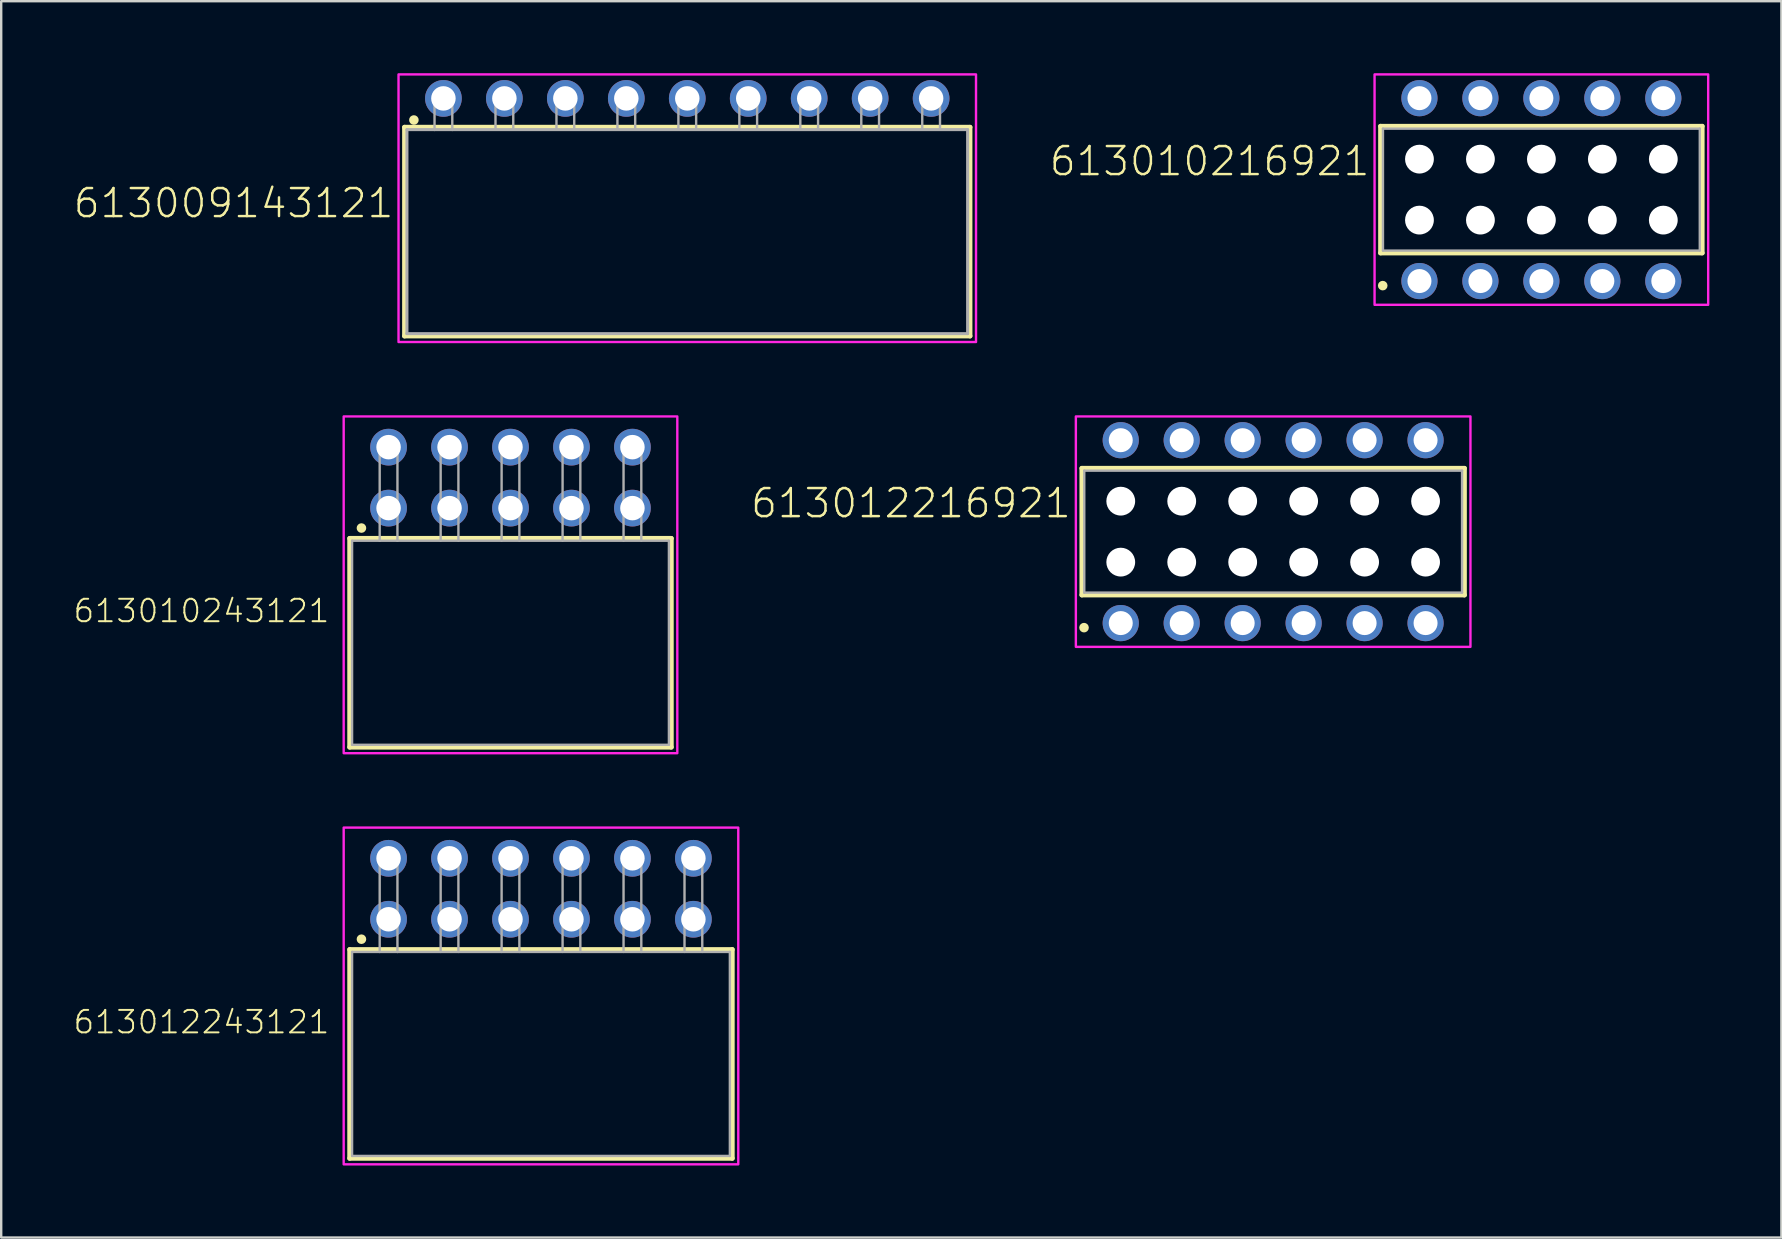
<source format=kicad_pcb>
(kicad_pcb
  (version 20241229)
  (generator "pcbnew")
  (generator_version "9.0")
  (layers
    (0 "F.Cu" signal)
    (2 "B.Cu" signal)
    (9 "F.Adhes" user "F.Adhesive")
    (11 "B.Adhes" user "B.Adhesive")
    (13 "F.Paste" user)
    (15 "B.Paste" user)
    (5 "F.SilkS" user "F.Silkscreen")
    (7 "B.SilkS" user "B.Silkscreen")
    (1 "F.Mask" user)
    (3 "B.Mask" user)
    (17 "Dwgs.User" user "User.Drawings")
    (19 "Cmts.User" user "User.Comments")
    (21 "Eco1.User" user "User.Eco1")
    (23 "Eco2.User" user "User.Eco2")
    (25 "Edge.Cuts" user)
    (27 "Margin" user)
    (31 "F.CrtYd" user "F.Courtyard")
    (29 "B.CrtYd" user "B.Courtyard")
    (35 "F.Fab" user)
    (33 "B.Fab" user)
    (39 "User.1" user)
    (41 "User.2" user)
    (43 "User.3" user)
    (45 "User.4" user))
  (footprint "613012243121"
    (layer "F.Cu")
    (at 19.489 40.86)
    (property "Reference" "613012243121" (at -8.75 -0.78 0) (unlocked yes) (layer "F.SilkS") (effects (font (size 0.935 0.935) (thickness 0.081)) (justify right bottom)))
    (fp_line (start -7.97 -4.35) (end 7.97 -4.35) (stroke (width 0.2) (type solid)) (layer "F.SilkS"))
    (fp_line (start -7.97 4.35) (end -7.97 -4.35) (stroke (width 0.2) (type solid)) (layer "F.SilkS"))
    (fp_line (start 7.97 -4.35) (end 7.97 4.35) (stroke (width 0.2) (type solid)) (layer "F.SilkS"))
    (fp_line (start 7.97 4.35) (end -7.97 4.35) (stroke (width 0.2) (type solid)) (layer "F.SilkS"))
    (fp_circle (center -7.48 -4.78) (end -7.38 -4.78) (stroke (width 0.2) (type solid)) (fill no) (layer "F.SilkS"))
    (fp_poly (pts (xy 8.22 4.6) (xy -8.22 4.6) (xy -8.22 -9.43) (xy 8.22 -9.43)) (stroke (width 0.1) (type default)) (fill no) (layer "F.CrtYd"))
    (fp_line (start -7.87 -4.25) (end -7.87 4.25) (stroke (width 0.1) (type solid)) (layer "F.Fab"))
    (fp_line (start -6.72 -8.35) (end -5.98 -8.35) (stroke (width 0.1) (type solid)) (layer "F.Fab"))
    (fp_line (start -6.72 -4.25) (end -7.87 -4.25) (stroke (width 0.1) (type solid)) (layer "F.Fab"))
    (fp_line (start -6.72 -4.25) (end -6.72 -8.35) (stroke (width 0.1) (type solid)) (layer "F.Fab"))
    (fp_line (start -5.98 -8.35) (end -5.98 -4.25) (stroke (width 0.1) (type solid)) (layer "F.Fab"))
    (fp_line (start -5.98 -4.25) (end -6.72 -4.25) (stroke (width 0.1) (type solid)) (layer "F.Fab"))
    (fp_line (start -4.18 -8.35) (end -3.44 -8.35) (stroke (width 0.1) (type solid)) (layer "F.Fab"))
    (fp_line (start -4.18 -4.25) (end -4.18 -8.35) (stroke (width 0.1) (type solid)) (layer "F.Fab"))
    (fp_line (start -3.44 -8.35) (end -3.44 -4.25) (stroke (width 0.1) (type solid)) (layer "F.Fab"))
    (fp_line (start -1.64 -8.35) (end -0.9 -8.35) (stroke (width 0.1) (type solid)) (layer "F.Fab"))
    (fp_line (start -1.64 -4.25) (end -1.64 -8.35) (stroke (width 0.1) (type solid)) (layer "F.Fab"))
    (fp_line (start -0.9 -8.35) (end -0.9 -4.25) (stroke (width 0.1) (type solid)) (layer "F.Fab"))
    (fp_line (start 0.9 -8.35) (end 1.64 -8.35) (stroke (width 0.1) (type solid)) (layer "F.Fab"))
    (fp_line (start 0.9 -4.25) (end 0.9 -8.35) (stroke (width 0.1) (type solid)) (layer "F.Fab"))
    (fp_line (start 1.64 -8.35) (end 1.64 -4.25) (stroke (width 0.1) (type solid)) (layer "F.Fab"))
    (fp_line (start 3.44 -8.35) (end 4.18 -8.35) (stroke (width 0.1) (type solid)) (layer "F.Fab"))
    (fp_line (start 3.44 -4.25) (end 3.44 -8.35) (stroke (width 0.1) (type solid)) (layer "F.Fab"))
    (fp_line (start 4.18 -8.35) (end 4.18 -4.25) (stroke (width 0.1) (type solid)) (layer "F.Fab"))
    (fp_line (start 5.98 -8.35) (end 6.72 -8.35) (stroke (width 0.1) (type solid)) (layer "F.Fab"))
    (fp_line (start 5.98 -4.25) (end 5.98 -8.35) (stroke (width 0.1) (type solid)) (layer "F.Fab"))
    (fp_line (start 6.72 -8.35) (end 6.72 -4.25) (stroke (width 0.1) (type solid)) (layer "F.Fab"))
    (fp_line (start 7.87 -4.25) (end -5.98 -4.25) (stroke (width 0.1) (type solid)) (layer "F.Fab"))
    (fp_line (start 7.87 4.25) (end -7.87 4.25) (stroke (width 0.1) (type solid)) (layer "F.Fab"))
    (fp_line (start 7.87 4.25) (end 7.87 -4.25) (stroke (width 0.1) (type solid)) (layer "F.Fab"))
    (pad "1" thru_hole circle (at -6.35 -5.61 180) (size 1.53 1.53) (drill 1.02) (layers "*.Cu" "*.Mask"))
    (pad "2" thru_hole circle (at -6.35 -8.15 180) (size 1.53 1.53) (drill 1.02) (layers "*.Cu" "*.Mask"))
    (pad "3" thru_hole circle (at -3.81 -5.61 180) (size 1.53 1.53) (drill 1.02) (layers "*.Cu" "*.Mask"))
    (pad "4" thru_hole circle (at -3.81 -8.15 180) (size 1.53 1.53) (drill 1.02) (layers "*.Cu" "*.Mask"))
    (pad "5" thru_hole circle (at -1.27 -5.61 180) (size 1.53 1.53) (drill 1.02) (layers "*.Cu" "*.Mask"))
    (pad "6" thru_hole circle (at -1.27 -8.15 180) (size 1.53 1.53) (drill 1.02) (layers "*.Cu" "*.Mask"))
    (pad "7" thru_hole circle (at 1.27 -5.61 180) (size 1.53 1.53) (drill 1.02) (layers "*.Cu" "*.Mask"))
    (pad "8" thru_hole circle (at 1.27 -8.15 180) (size 1.53 1.53) (drill 1.02) (layers "*.Cu" "*.Mask"))
    (pad "9" thru_hole circle (at 3.81 -5.61 180) (size 1.53 1.53) (drill 1.02) (layers "*.Cu" "*.Mask"))
    (pad "10" thru_hole circle (at 3.81 -8.15 180) (size 1.53 1.53) (drill 1.02) (layers "*.Cu" "*.Mask"))
    (pad "11" thru_hole circle (at 6.35 -5.61 180) (size 1.53 1.53) (drill 1.02) (layers "*.Cu" "*.Mask"))
    (pad "12" thru_hole circle (at 6.35 -8.15 180) (size 1.53 1.53) (drill 1.02) (layers "*.Cu" "*.Mask")))
  (footprint "613010216921"
    (layer "F.Cu")
    (at 61.169 4.85)
    (property "Reference" "613010216921" (at -7.08 -0.5 0) (unlocked yes) (layer "F.SilkS") (effects (font (size 1.168 1.168) (thickness 0.102)) (justify right bottom)))
    (fp_line (start -6.7 -2.64) (end 6.7 -2.64) (stroke (width 0.2) (type solid)) (layer "F.SilkS"))
    (fp_line (start -6.7 2.64) (end -6.7 -2.64) (stroke (width 0.2) (type solid)) (layer "F.SilkS"))
    (fp_line (start 6.7 -2.64) (end 6.7 2.64) (stroke (width 0.2) (type solid)) (layer "F.SilkS"))
    (fp_line (start 6.7 2.64) (end -6.7 2.64) (stroke (width 0.2) (type solid)) (layer "F.SilkS"))
    (fp_circle (center -6.61 4) (end -6.51 4) (stroke (width 0.2) (type solid)) (fill no) (layer "F.SilkS"))
    (fp_poly (pts (xy 6.95 4.8) (xy -6.95 4.8) (xy -6.95 -4.8) (xy 6.95 -4.8)) (stroke (width 0.1) (type default)) (fill no) (layer "F.CrtYd"))
    (fp_line (start -6.6 -2.54) (end -6.6 2.54) (stroke (width 0.1) (type solid)) (layer "F.Fab"))
    (fp_line (start -6.6 2.54) (end 6.6 2.54) (stroke (width 0.1) (type solid)) (layer "F.Fab"))
    (fp_line (start 6.6 -2.54) (end -6.6 -2.54) (stroke (width 0.1) (type solid)) (layer "F.Fab"))
    (fp_line (start 6.6 2.54) (end 6.6 -2.54) (stroke (width 0.1) (type solid)) (layer "F.Fab"))
    (pad "" np_thru_hole circle (at -5.08 -1.27) (size 1.2 1.2) (drill 1.2) (layers "*.Cu" "*.Mask"))
    (pad "" np_thru_hole circle (at -5.08 1.27) (size 1.2 1.2) (drill 1.2) (layers "*.Cu" "*.Mask"))
    (pad "" np_thru_hole circle (at -2.54 -1.27) (size 1.2 1.2) (drill 1.2) (layers "*.Cu" "*.Mask"))
    (pad "" np_thru_hole circle (at -2.54 1.27) (size 1.2 1.2) (drill 1.2) (layers "*.Cu" "*.Mask"))
    (pad "" np_thru_hole circle (at 0 -1.27) (size 1.2 1.2) (drill 1.2) (layers "*.Cu" "*.Mask"))
    (pad "" np_thru_hole circle (at 0 1.27) (size 1.2 1.2) (drill 1.2) (layers "*.Cu" "*.Mask"))
    (pad "" np_thru_hole circle (at 2.54 -1.27) (size 1.2 1.2) (drill 1.2) (layers "*.Cu" "*.Mask"))
    (pad "" np_thru_hole circle (at 2.54 1.27) (size 1.2 1.2) (drill 1.2) (layers "*.Cu" "*.Mask"))
    (pad "" np_thru_hole circle (at 5.08 -1.27) (size 1.2 1.2) (drill 1.2) (layers "*.Cu" "*.Mask"))
    (pad "" np_thru_hole circle (at 5.08 1.27) (size 1.2 1.2) (drill 1.2) (layers "*.Cu" "*.Mask"))
    (pad "1" thru_hole circle (at -5.08 3.81) (size 1.508 1.508) (drill 1) (layers "*.Cu" "*.Mask"))
    (pad "2" thru_hole circle (at -5.08 -3.81) (size 1.508 1.508) (drill 1) (layers "*.Cu" "*.Mask"))
    (pad "3" thru_hole circle (at -2.54 3.81) (size 1.508 1.508) (drill 1) (layers "*.Cu" "*.Mask"))
    (pad "4" thru_hole circle (at -2.54 -3.81) (size 1.508 1.508) (drill 1) (layers "*.Cu" "*.Mask"))
    (pad "5" thru_hole circle (at 0 3.81) (size 1.508 1.508) (drill 1) (layers "*.Cu" "*.Mask"))
    (pad "6" thru_hole circle (at 0 -3.81) (size 1.508 1.508) (drill 1) (layers "*.Cu" "*.Mask"))
    (pad "7" thru_hole circle (at 2.54 3.81) (size 1.508 1.508) (drill 1) (layers "*.Cu" "*.Mask"))
    (pad "8" thru_hole circle (at 2.54 -3.81) (size 1.508 1.508) (drill 1) (layers "*.Cu" "*.Mask"))
    (pad "9" thru_hole circle (at 5.08 3.81) (size 1.508 1.508) (drill 1) (layers "*.Cu" "*.Mask"))
    (pad "10" thru_hole circle (at 5.08 -3.81) (size 1.508 1.508) (drill 1) (layers "*.Cu" "*.Mask")))
  (footprint "613012216921"
    (layer "F.Cu")
    (at 49.994 19.1)
    (property "Reference" "613012216921" (at -8.35 -0.5 0) (unlocked yes) (layer "F.SilkS") (effects (font (size 1.168 1.168) (thickness 0.102)) (justify right bottom)))
    (fp_line (start -7.97 -2.64) (end 7.97 -2.64) (stroke (width 0.2) (type solid)) (layer "F.SilkS"))
    (fp_line (start -7.97 2.64) (end -7.97 -2.64) (stroke (width 0.2) (type solid)) (layer "F.SilkS"))
    (fp_line (start 7.97 -2.64) (end 7.97 2.64) (stroke (width 0.2) (type solid)) (layer "F.SilkS"))
    (fp_line (start 7.97 2.64) (end -7.97 2.64) (stroke (width 0.2) (type solid)) (layer "F.SilkS"))
    (fp_circle (center -7.88 4) (end -7.78 4) (stroke (width 0.2) (type solid)) (fill no) (layer "F.SilkS"))
    (fp_poly (pts (xy 8.22 4.8) (xy -8.22 4.8) (xy -8.22 -4.8) (xy 8.22 -4.8)) (stroke (width 0.1) (type default)) (fill no) (layer "F.CrtYd"))
    (fp_line (start -7.87 -2.54) (end -7.87 2.54) (stroke (width 0.1) (type solid)) (layer "F.Fab"))
    (fp_line (start -7.87 2.54) (end 7.87 2.54) (stroke (width 0.1) (type solid)) (layer "F.Fab"))
    (fp_line (start 7.87 -2.54) (end -7.87 -2.54) (stroke (width 0.1) (type solid)) (layer "F.Fab"))
    (fp_line (start 7.87 2.54) (end 7.87 -2.54) (stroke (width 0.1) (type solid)) (layer "F.Fab"))
    (pad "" np_thru_hole circle (at -6.35 -1.27) (size 1.2 1.2) (drill 1.2) (layers "*.Cu" "*.Mask"))
    (pad "" np_thru_hole circle (at -6.35 1.27) (size 1.2 1.2) (drill 1.2) (layers "*.Cu" "*.Mask"))
    (pad "" np_thru_hole circle (at -3.81 -1.27) (size 1.2 1.2) (drill 1.2) (layers "*.Cu" "*.Mask"))
    (pad "" np_thru_hole circle (at -3.81 1.27) (size 1.2 1.2) (drill 1.2) (layers "*.Cu" "*.Mask"))
    (pad "" np_thru_hole circle (at -1.27 -1.27) (size 1.2 1.2) (drill 1.2) (layers "*.Cu" "*.Mask"))
    (pad "" np_thru_hole circle (at -1.27 1.27) (size 1.2 1.2) (drill 1.2) (layers "*.Cu" "*.Mask"))
    (pad "" np_thru_hole circle (at 1.27 -1.27) (size 1.2 1.2) (drill 1.2) (layers "*.Cu" "*.Mask"))
    (pad "" np_thru_hole circle (at 1.27 1.27) (size 1.2 1.2) (drill 1.2) (layers "*.Cu" "*.Mask"))
    (pad "" np_thru_hole circle (at 3.81 -1.27) (size 1.2 1.2) (drill 1.2) (layers "*.Cu" "*.Mask"))
    (pad "" np_thru_hole circle (at 3.81 1.27) (size 1.2 1.2) (drill 1.2) (layers "*.Cu" "*.Mask"))
    (pad "" np_thru_hole circle (at 6.35 -1.27) (size 1.2 1.2) (drill 1.2) (layers "*.Cu" "*.Mask"))
    (pad "" np_thru_hole circle (at 6.35 1.27) (size 1.2 1.2) (drill 1.2) (layers "*.Cu" "*.Mask"))
    (pad "1" thru_hole circle (at -6.35 3.81) (size 1.508 1.508) (drill 1) (layers "*.Cu" "*.Mask"))
    (pad "2" thru_hole circle (at -6.35 -3.81) (size 1.508 1.508) (drill 1) (layers "*.Cu" "*.Mask"))
    (pad "3" thru_hole circle (at -3.81 3.81) (size 1.508 1.508) (drill 1) (layers "*.Cu" "*.Mask"))
    (pad "4" thru_hole circle (at -3.81 -3.81) (size 1.508 1.508) (drill 1) (layers "*.Cu" "*.Mask"))
    (pad "5" thru_hole circle (at -1.27 3.81) (size 1.508 1.508) (drill 1) (layers "*.Cu" "*.Mask"))
    (pad "6" thru_hole circle (at -1.27 -3.81) (size 1.508 1.508) (drill 1) (layers "*.Cu" "*.Mask"))
    (pad "7" thru_hole circle (at 1.27 3.81) (size 1.508 1.508) (drill 1) (layers "*.Cu" "*.Mask"))
    (pad "8" thru_hole circle (at 1.27 -3.81) (size 1.508 1.508) (drill 1) (layers "*.Cu" "*.Mask"))
    (pad "9" thru_hole circle (at 3.81 3.81) (size 1.508 1.508) (drill 1) (layers "*.Cu" "*.Mask"))
    (pad "10" thru_hole circle (at 3.81 -3.81) (size 1.508 1.508) (drill 1) (layers "*.Cu" "*.Mask"))
    (pad "11" thru_hole circle (at 6.35 3.81) (size 1.508 1.508) (drill 1) (layers "*.Cu" "*.Mask"))
    (pad "12" thru_hole circle (at 6.35 -3.81) (size 1.508 1.508) (drill 1) (layers "*.Cu" "*.Mask")))
  (footprint "613009143121"
    (layer "F.Cu")
    (at 25.584 6.6)
    (property "Reference" "613009143121" (at -12.16 -0.5 0) (unlocked yes) (layer "F.SilkS") (effects (font (size 1.168 1.168) (thickness 0.102)) (justify right bottom)))
    (fp_line (start -11.78 -4.35) (end 11.78 -4.35) (stroke (width 0.2) (type solid)) (layer "F.SilkS"))
    (fp_line (start -11.78 4.35) (end -11.78 -4.35) (stroke (width 0.2) (type solid)) (layer "F.SilkS"))
    (fp_line (start 11.78 -4.35) (end 11.78 4.35) (stroke (width 0.2) (type solid)) (layer "F.SilkS"))
    (fp_line (start 11.78 4.35) (end -11.78 4.35) (stroke (width 0.2) (type solid)) (layer "F.SilkS"))
    (fp_circle (center -11.39 -4.65) (end -11.29 -4.65) (stroke (width 0.2) (type solid)) (fill no) (layer "F.SilkS"))
    (fp_poly (pts (xy 12.03 4.6) (xy -12.03 4.6) (xy -12.03 -6.55) (xy 12.03 -6.55)) (stroke (width 0.1) (type default)) (fill no) (layer "F.CrtYd"))
    (fp_line (start -11.68 4.25) (end -11.68 -4.25) (stroke (width 0.127) (type solid)) (layer "F.Fab"))
    (fp_line (start -10.53 -5.35) (end -10.53 -4.25) (stroke (width 0.1) (type solid)) (layer "F.Fab"))
    (fp_line (start -10.53 -5.35) (end -9.79 -5.35) (stroke (width 0.1) (type solid)) (layer "F.Fab"))
    (fp_line (start -10.53 -4.25) (end -11.68 -4.25) (stroke (width 0.127) (type solid)) (layer "F.Fab"))
    (fp_line (start -9.79 -5.35) (end -9.79 -4.25) (stroke (width 0.1) (type solid)) (layer "F.Fab"))
    (fp_line (start -9.79 -4.25) (end -10.53 -4.25) (stroke (width 0.127) (type solid)) (layer "F.Fab"))
    (fp_line (start -7.99 -5.35) (end -7.99 -4.25) (stroke (width 0.1) (type solid)) (layer "F.Fab"))
    (fp_line (start -7.99 -5.35) (end -7.25 -5.35) (stroke (width 0.1) (type solid)) (layer "F.Fab"))
    (fp_line (start -7.25 -5.35) (end -7.25 -4.25) (stroke (width 0.1) (type solid)) (layer "F.Fab"))
    (fp_line (start -5.45 -5.35) (end -5.45 -4.25) (stroke (width 0.1) (type solid)) (layer "F.Fab"))
    (fp_line (start -5.45 -5.35) (end -4.71 -5.35) (stroke (width 0.1) (type solid)) (layer "F.Fab"))
    (fp_line (start -4.71 -5.35) (end -4.71 -4.25) (stroke (width 0.1) (type solid)) (layer "F.Fab"))
    (fp_line (start -2.91 -5.35) (end -2.91 -4.25) (stroke (width 0.1) (type solid)) (layer "F.Fab"))
    (fp_line (start -2.91 -5.35) (end -2.17 -5.35) (stroke (width 0.1) (type solid)) (layer "F.Fab"))
    (fp_line (start -2.17 -5.35) (end -2.17 -4.25) (stroke (width 0.1) (type solid)) (layer "F.Fab"))
    (fp_line (start -0.37 -5.35) (end -0.37 -4.25) (stroke (width 0.1) (type solid)) (layer "F.Fab"))
    (fp_line (start -0.37 -5.35) (end 0.37 -5.35) (stroke (width 0.1) (type solid)) (layer "F.Fab"))
    (fp_line (start 0.37 -5.35) (end 0.37 -4.25) (stroke (width 0.1) (type solid)) (layer "F.Fab"))
    (fp_line (start 2.17 -5.35) (end 2.17 -4.25) (stroke (width 0.1) (type solid)) (layer "F.Fab"))
    (fp_line (start 2.17 -5.35) (end 2.91 -5.35) (stroke (width 0.1) (type solid)) (layer "F.Fab"))
    (fp_line (start 2.91 -5.35) (end 2.91 -4.25) (stroke (width 0.1) (type solid)) (layer "F.Fab"))
    (fp_line (start 4.71 -5.35) (end 4.71 -4.25) (stroke (width 0.1) (type solid)) (layer "F.Fab"))
    (fp_line (start 4.71 -5.35) (end 5.45 -5.35) (stroke (width 0.1) (type solid)) (layer "F.Fab"))
    (fp_line (start 5.45 -5.35) (end 5.45 -4.25) (stroke (width 0.1) (type solid)) (layer "F.Fab"))
    (fp_line (start 7.25 -5.35) (end 7.25 -4.25) (stroke (width 0.1) (type solid)) (layer "F.Fab"))
    (fp_line (start 7.25 -5.35) (end 7.99 -5.35) (stroke (width 0.1) (type solid)) (layer "F.Fab"))
    (fp_line (start 7.99 -5.35) (end 7.99 -4.25) (stroke (width 0.1) (type solid)) (layer "F.Fab"))
    (fp_line (start 9.79 -5.35) (end 9.79 -4.25) (stroke (width 0.1) (type solid)) (layer "F.Fab"))
    (fp_line (start 9.79 -5.35) (end 10.53 -5.35) (stroke (width 0.1) (type solid)) (layer "F.Fab"))
    (fp_line (start 10.53 -5.35) (end 10.53 -4.25) (stroke (width 0.1) (type solid)) (layer "F.Fab"))
    (fp_line (start 11.68 -4.25) (end -9.79 -4.25) (stroke (width 0.127) (type solid)) (layer "F.Fab"))
    (fp_line (start 11.68 4.25) (end -11.68 4.25) (stroke (width 0.127) (type solid)) (layer "F.Fab"))
    (fp_line (start 11.68 4.25) (end 11.68 -4.25) (stroke (width 0.127) (type solid)) (layer "F.Fab"))
    (pad "1" thru_hole circle (at -10.16 -5.55 180) (size 1.53 1.53) (drill 1.02) (layers "*.Cu" "*.Mask"))
    (pad "2" thru_hole circle (at -7.62 -5.55 180) (size 1.53 1.53) (drill 1.02) (layers "*.Cu" "*.Mask"))
    (pad "3" thru_hole circle (at -5.08 -5.55 180) (size 1.53 1.53) (drill 1.02) (layers "*.Cu" "*.Mask"))
    (pad "4" thru_hole circle (at -2.54 -5.55 180) (size 1.53 1.53) (drill 1.02) (layers "*.Cu" "*.Mask"))
    (pad "5" thru_hole circle (at 0 -5.55 180) (size 1.53 1.53) (drill 1.02) (layers "*.Cu" "*.Mask"))
    (pad "6" thru_hole circle (at 2.54 -5.55 180) (size 1.53 1.53) (drill 1.02) (layers "*.Cu" "*.Mask"))
    (pad "7" thru_hole circle (at 5.08 -5.55 180) (size 1.53 1.53) (drill 1.02) (layers "*.Cu" "*.Mask"))
    (pad "8" thru_hole circle (at 7.62 -5.55 180) (size 1.53 1.53) (drill 1.02) (layers "*.Cu" "*.Mask"))
    (pad "9" thru_hole circle (at 10.16 -5.55 180) (size 1.53 1.53) (drill 1.02) (layers "*.Cu" "*.Mask")))
  (footprint "613010243121"
    (layer "F.Cu")
    (at 18.219 23.73)
    (property "Reference" "613010243121" (at -7.48 -0.78 0) (unlocked yes) (layer "F.SilkS") (effects (font (size 0.935 0.935) (thickness 0.081)) (justify right bottom)))
    (fp_line (start -6.7 -4.35) (end 6.7 -4.35) (stroke (width 0.2) (type solid)) (layer "F.SilkS"))
    (fp_line (start -6.7 4.35) (end -6.7 -4.35) (stroke (width 0.2) (type solid)) (layer "F.SilkS"))
    (fp_line (start 6.7 -4.35) (end 6.7 4.35) (stroke (width 0.2) (type solid)) (layer "F.SilkS"))
    (fp_line (start 6.7 4.35) (end -6.7 4.35) (stroke (width 0.2) (type solid)) (layer "F.SilkS"))
    (fp_circle (center -6.21 -4.78) (end -6.11 -4.78) (stroke (width 0.2) (type solid)) (fill no) (layer "F.SilkS"))
    (fp_poly (pts (xy 6.95 4.6) (xy -6.95 4.6) (xy -6.95 -9.43) (xy 6.95 -9.43)) (stroke (width 0.1) (type default)) (fill no) (layer "F.CrtYd"))
    (fp_line (start -6.6 -4.25) (end -6.6 4.25) (stroke (width 0.1) (type solid)) (layer "F.Fab"))
    (fp_line (start -5.45 -8.35) (end -4.71 -8.35) (stroke (width 0.1) (type solid)) (layer "F.Fab"))
    (fp_line (start -5.45 -4.25) (end -6.6 -4.25) (stroke (width 0.1) (type solid)) (layer "F.Fab"))
    (fp_line (start -5.45 -4.25) (end -5.45 -8.35) (stroke (width 0.1) (type solid)) (layer "F.Fab"))
    (fp_line (start -4.71 -8.35) (end -4.71 -4.25) (stroke (width 0.1) (type solid)) (layer "F.Fab"))
    (fp_line (start -4.71 -4.25) (end -5.45 -4.25) (stroke (width 0.1) (type solid)) (layer "F.Fab"))
    (fp_line (start -2.91 -8.35) (end -2.17 -8.35) (stroke (width 0.1) (type solid)) (layer "F.Fab"))
    (fp_line (start -2.91 -4.25) (end -2.91 -8.35) (stroke (width 0.1) (type solid)) (layer "F.Fab"))
    (fp_line (start -2.17 -8.35) (end -2.17 -4.25) (stroke (width 0.1) (type solid)) (layer "F.Fab"))
    (fp_line (start -0.37 -8.35) (end 0.37 -8.35) (stroke (width 0.1) (type solid)) (layer "F.Fab"))
    (fp_line (start -0.37 -4.25) (end -0.37 -8.35) (stroke (width 0.1) (type solid)) (layer "F.Fab"))
    (fp_line (start 0.37 -8.35) (end 0.37 -4.25) (stroke (width 0.1) (type solid)) (layer "F.Fab"))
    (fp_line (start 2.17 -8.35) (end 2.91 -8.35) (stroke (width 0.1) (type solid)) (layer "F.Fab"))
    (fp_line (start 2.17 -4.25) (end 2.17 -8.35) (stroke (width 0.1) (type solid)) (layer "F.Fab"))
    (fp_line (start 2.91 -8.35) (end 2.91 -4.25) (stroke (width 0.1) (type solid)) (layer "F.Fab"))
    (fp_line (start 4.71 -8.35) (end 5.45 -8.35) (stroke (width 0.1) (type solid)) (layer "F.Fab"))
    (fp_line (start 4.71 -4.25) (end 4.71 -8.35) (stroke (width 0.1) (type solid)) (layer "F.Fab"))
    (fp_line (start 5.45 -8.35) (end 5.45 -4.25) (stroke (width 0.1) (type solid)) (layer "F.Fab"))
    (fp_line (start 6.6 -4.25) (end -4.71 -4.25) (stroke (width 0.1) (type solid)) (layer "F.Fab"))
    (fp_line (start 6.6 4.25) (end -6.6 4.25) (stroke (width 0.1) (type solid)) (layer "F.Fab"))
    (fp_line (start 6.6 4.25) (end 6.6 -4.25) (stroke (width 0.1) (type solid)) (layer "F.Fab"))
    (pad "1" thru_hole circle (at -5.08 -5.61 180) (size 1.53 1.53) (drill 1.02) (layers "*.Cu" "*.Mask"))
    (pad "2" thru_hole circle (at -5.08 -8.15 180) (size 1.53 1.53) (drill 1.02) (layers "*.Cu" "*.Mask"))
    (pad "3" thru_hole circle (at -2.54 -5.61 180) (size 1.53 1.53) (drill 1.02) (layers "*.Cu" "*.Mask"))
    (pad "4" thru_hole circle (at -2.54 -8.15 180) (size 1.53 1.53) (drill 1.02) (layers "*.Cu" "*.Mask"))
    (pad "5" thru_hole circle (at 0 -5.61 180) (size 1.53 1.53) (drill 1.02) (layers "*.Cu" "*.Mask"))
    (pad "6" thru_hole circle (at 0 -8.15 180) (size 1.53 1.53) (drill 1.02) (layers "*.Cu" "*.Mask"))
    (pad "7" thru_hole circle (at 2.54 -5.61 180) (size 1.53 1.53) (drill 1.02) (layers "*.Cu" "*.Mask"))
    (pad "8" thru_hole circle (at 2.54 -8.15 180) (size 1.53 1.53) (drill 1.02) (layers "*.Cu" "*.Mask"))
    (pad "9" thru_hole circle (at 5.08 -5.61 180) (size 1.53 1.53) (drill 1.02) (layers "*.Cu" "*.Mask"))
    (pad "10" thru_hole circle (at 5.08 -8.15 180) (size 1.53 1.53) (drill 1.02) (layers "*.Cu" "*.Mask")))
  (gr_rect
    (start -3 -3)
    (end 71.169 48.51)
    (stroke (width 0.1) (type default))
    (fill no)
    (layer "Edge.Cuts")))
</source>
